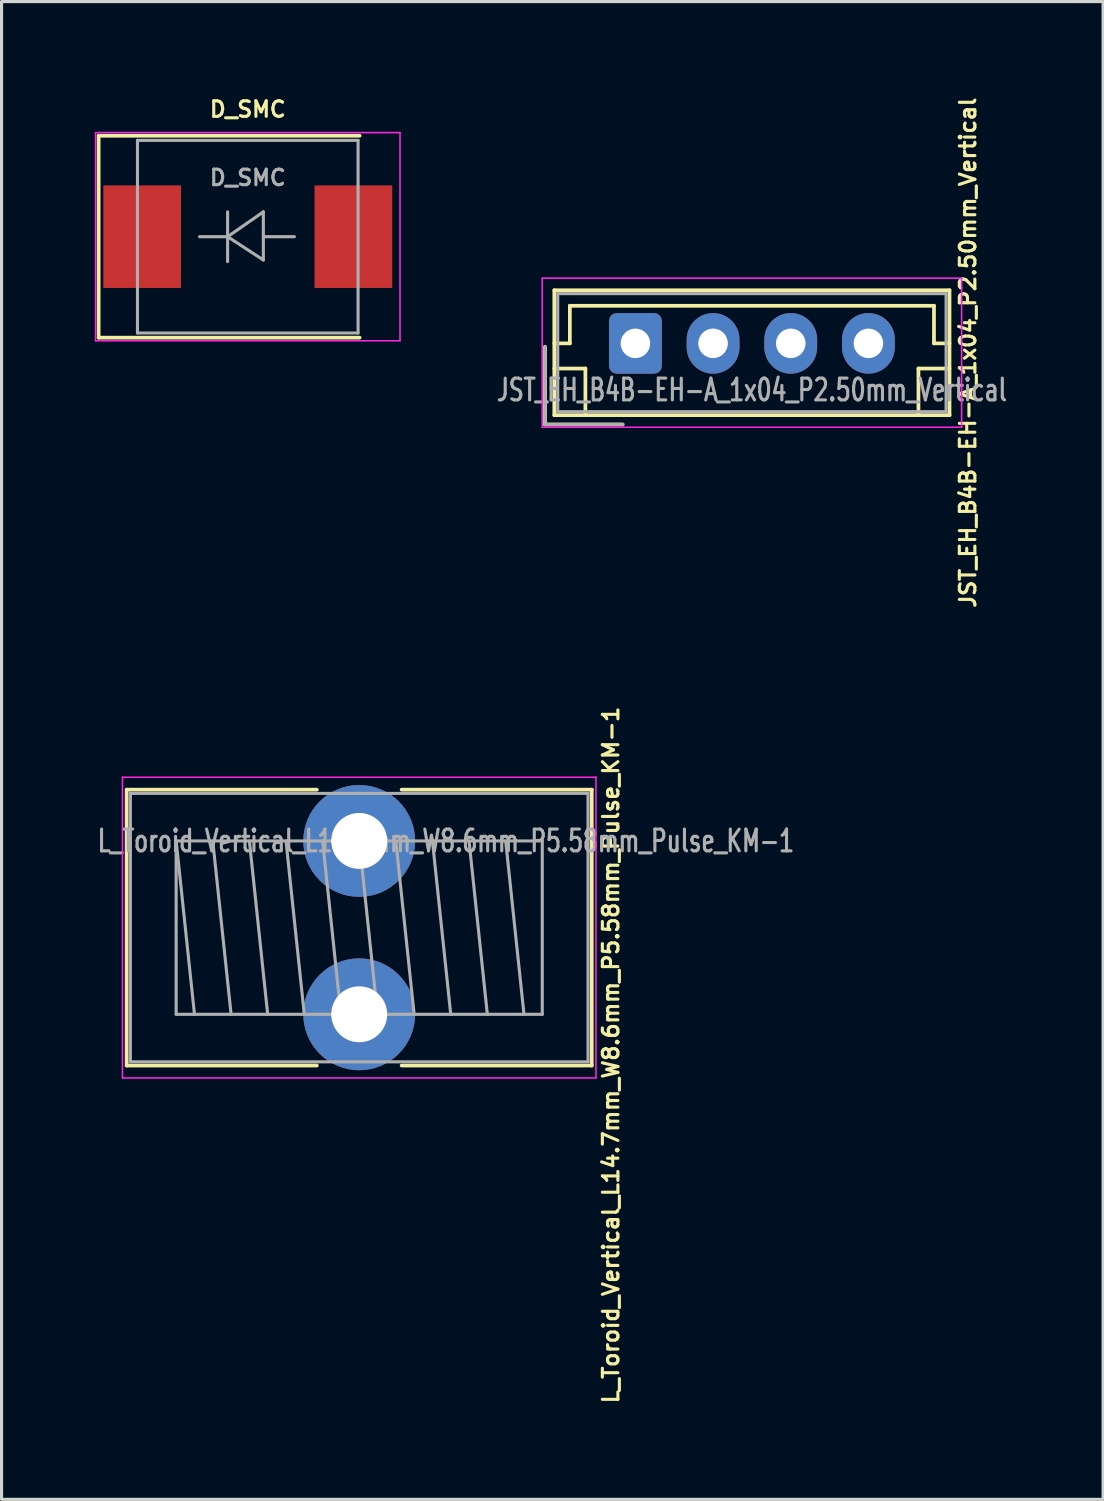
<source format=kicad_pcb>
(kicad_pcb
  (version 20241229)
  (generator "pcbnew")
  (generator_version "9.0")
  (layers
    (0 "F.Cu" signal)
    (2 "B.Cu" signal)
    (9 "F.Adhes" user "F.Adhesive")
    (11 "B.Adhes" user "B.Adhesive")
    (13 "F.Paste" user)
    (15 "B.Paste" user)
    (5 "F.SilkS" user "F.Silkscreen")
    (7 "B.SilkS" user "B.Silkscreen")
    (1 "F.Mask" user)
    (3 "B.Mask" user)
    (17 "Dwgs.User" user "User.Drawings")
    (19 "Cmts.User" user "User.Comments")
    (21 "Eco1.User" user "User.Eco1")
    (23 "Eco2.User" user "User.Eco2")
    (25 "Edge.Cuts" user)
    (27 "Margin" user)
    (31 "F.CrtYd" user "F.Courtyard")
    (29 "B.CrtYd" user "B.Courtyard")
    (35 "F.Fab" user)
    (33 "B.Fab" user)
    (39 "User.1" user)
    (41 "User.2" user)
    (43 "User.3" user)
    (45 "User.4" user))
  (footprint "D_SMC"
    (layer "F.Cu")
    (at 4.925 4.568)
    (property "Reference" "D_SMC" (at 0 -4.1 180) (layer "F.SilkS") (effects (font (size 0.5 0.5) (thickness 0.1))))
    (attr smd)
    (fp_line (start -4.8 -3.25) (end -4.8 3.25) (stroke (width 0.12) (type solid)) (layer "F.SilkS"))
    (fp_line (start 3.6 -3.25) (end -4.8 -3.25) (stroke (width 0.12) (type solid)) (layer "F.SilkS"))
    (fp_line (start 3.6 3.25) (end -4.8 3.25) (stroke (width 0.12) (type solid)) (layer "F.SilkS"))
    (fp_line (start -4.9 -3.35) (end -4.9 3.35) (stroke (width 0.05) (type solid)) (layer "F.CrtYd"))
    (fp_line (start -4.9 3.35) (end 4.9 3.35) (stroke (width 0.05) (type solid)) (layer "F.CrtYd"))
    (fp_line (start 4.9 -3.35) (end -4.9 -3.35) (stroke (width 0.05) (type solid)) (layer "F.CrtYd"))
    (fp_line (start 4.9 3.35) (end 4.9 -3.35) (stroke (width 0.05) (type solid)) (layer "F.CrtYd"))
    (fp_line (start -3.55 -3.1) (end -3.55 3.1) (stroke (width 0.1) (type solid)) (layer "F.Fab"))
    (fp_line (start -3.55 -3.1) (end 3.55 -3.1) (stroke (width 0.1) (type solid)) (layer "F.Fab"))
    (fp_line (start -3.55 3.1) (end 3.55 3.1) (stroke (width 0.1) (type solid)) (layer "F.Fab"))
    (fp_line (start -1.551 0.001) (end -0.649 0.001) (stroke (width 0.1) (type solid)) (layer "F.Fab"))
    (fp_line (start -0.649 0.801) (end -0.649 -0.799) (stroke (width 0.1) (type solid)) (layer "F.Fab"))
    (fp_line (start 0.501 -0.799) (end -0.649 0.001) (stroke (width 0.1) (type solid)) (layer "F.Fab"))
    (fp_line (start 0.501 -0.799) (end 0.501 0.75) (stroke (width 0.1) (type solid)) (layer "F.Fab"))
    (fp_line (start 0.501 0.75) (end -0.649 0.001) (stroke (width 0.1) (type solid)) (layer "F.Fab"))
    (fp_line (start 1.499 0.001) (end 0.501 0.001) (stroke (width 0.1) (type solid)) (layer "F.Fab"))
    (fp_line (start 3.55 3.1) (end 3.55 -3.1) (stroke (width 0.1) (type solid)) (layer "F.Fab"))
    (fp_text user "${REFERENCE}" (at 0 -1.9 180) (layer "F.Fab") (effects (font (size 0.5 0.5) (thickness 0.1))))
    (pad "1" smd rect (at -3.4 0 270) (size 3.3 2.5) (layers "F.Cu" "F.Mask" "F.Paste"))
    (pad "2" smd rect (at 3.4 0 270) (size 3.3 2.5) (layers "F.Cu" "F.Mask" "F.Paste")))
  (footprint "JST_EH_B4B-EH-A_1x04_P2.50mm_Vertical"
    (layer "F.Cu")
    (at 17.402 8.002)
    (property "Reference" "JST_EH_B4B-EH-A_1x04_P2.50mm_Vertical" (at 10.7 0.3 270) (layer "F.SilkS") (effects (font (size 0.5 0.5) (thickness 0.1))))
    (attr through_hole)
    (fp_line (start -2.91 0.11) (end -2.91 2.61) (stroke (width 0.12) (type solid)) (layer "F.SilkS"))
    (fp_line (start -2.91 2.61) (end -0.41 2.61) (stroke (width 0.12) (type solid)) (layer "F.SilkS"))
    (fp_line (start -2.61 -1.71) (end -2.61 2.31) (stroke (width 0.12) (type solid)) (layer "F.SilkS"))
    (fp_line (start -2.61 0) (end -2.11 0) (stroke (width 0.12) (type solid)) (layer "F.SilkS"))
    (fp_line (start -2.61 0.81) (end -1.61 0.81) (stroke (width 0.12) (type solid)) (layer "F.SilkS"))
    (fp_line (start -2.61 2.31) (end 10.11 2.31) (stroke (width 0.12) (type solid)) (layer "F.SilkS"))
    (fp_line (start -2.11 -1.21) (end 9.61 -1.21) (stroke (width 0.12) (type solid)) (layer "F.SilkS"))
    (fp_line (start -2.11 0) (end -2.11 -1.21) (stroke (width 0.12) (type solid)) (layer "F.SilkS"))
    (fp_line (start -1.61 0.81) (end -1.61 2.31) (stroke (width 0.12) (type solid)) (layer "F.SilkS"))
    (fp_line (start 9.11 0.81) (end 9.11 2.31) (stroke (width 0.12) (type solid)) (layer "F.SilkS"))
    (fp_line (start 9.61 -1.21) (end 9.61 0) (stroke (width 0.12) (type solid)) (layer "F.SilkS"))
    (fp_line (start 9.61 0) (end 10.11 0) (stroke (width 0.12) (type solid)) (layer "F.SilkS"))
    (fp_line (start 10.11 -1.71) (end -2.61 -1.71) (stroke (width 0.12) (type solid)) (layer "F.SilkS"))
    (fp_line (start 10.11 0.81) (end 9.11 0.81) (stroke (width 0.12) (type solid)) (layer "F.SilkS"))
    (fp_line (start 10.11 2.31) (end 10.11 -1.71) (stroke (width 0.12) (type solid)) (layer "F.SilkS"))
    (fp_line (start -3 -2.1) (end -3 2.7) (stroke (width 0.05) (type solid)) (layer "F.CrtYd"))
    (fp_line (start -3 2.7) (end 10.5 2.7) (stroke (width 0.05) (type solid)) (layer "F.CrtYd"))
    (fp_line (start 10.5 -2.1) (end -3 -2.1) (stroke (width 0.05) (type solid)) (layer "F.CrtYd"))
    (fp_line (start 10.5 2.7) (end 10.5 -2.1) (stroke (width 0.05) (type solid)) (layer "F.CrtYd"))
    (fp_line (start -2.91 0.11) (end -2.91 2.61) (stroke (width 0.1) (type solid)) (layer "F.Fab"))
    (fp_line (start -2.91 2.61) (end -0.41 2.61) (stroke (width 0.1) (type solid)) (layer "F.Fab"))
    (fp_line (start -2.5 -1.6) (end -2.5 2.2) (stroke (width 0.1) (type solid)) (layer "F.Fab"))
    (fp_line (start -2.5 2.2) (end 10 2.2) (stroke (width 0.1) (type solid)) (layer "F.Fab"))
    (fp_line (start 10 -1.6) (end -2.5 -1.6) (stroke (width 0.1) (type solid)) (layer "F.Fab"))
    (fp_line (start 10 2.2) (end 10 -1.6) (stroke (width 0.1) (type solid)) (layer "F.Fab"))
    (fp_text user "${REFERENCE}" (at 3.75 1.5 180) (layer "F.Fab") (effects (font (size 0.7 0.5) (thickness 0.1))))
    (pad "1" thru_hole roundrect (at 0 0) (size 1.7 1.95) (drill 0.95) (layers "*.Cu" "*.Mask") (roundrect_rratio 0.147))
    (pad "2" thru_hole oval (at 2.5 0) (size 1.7 1.95) (drill 0.95) (layers "*.Cu" "*.Mask"))
    (pad "3" thru_hole oval (at 5 0) (size 1.7 1.95) (drill 0.95) (layers "*.Cu" "*.Mask"))
    (pad "4" thru_hole oval (at 7.5 0) (size 1.7 1.95) (drill 0.95) (layers "*.Cu" "*.Mask")))
  (footprint "L_Toroid_Vertical_L14.7mm_W8.6mm_P5.58mm_Pulse_KM-1"
    (layer "F.Cu")
    (at 8.512 24.017)
    (property "Reference" "L_Toroid_Vertical_L14.7mm_W8.6mm_P5.58mm_Pulse_KM-1" (at 8.1 6.89 270) (layer "F.SilkS") (effects (font (size 0.5 0.5) (thickness 0.1))))
    (attr through_hole)
    (fp_line (start -7.485 -1.65) (end -7.485 7.23) (stroke (width 0.12) (type solid)) (layer "F.SilkS"))
    (fp_line (start -7.485 -1.65) (end -1.365 -1.65) (stroke (width 0.12) (type solid)) (layer "F.SilkS"))
    (fp_line (start -7.485 7.23) (end -1.365 7.23) (stroke (width 0.12) (type solid)) (layer "F.SilkS"))
    (fp_line (start 1.365 -1.65) (end 7.485 -1.65) (stroke (width 0.12) (type solid)) (layer "F.SilkS"))
    (fp_line (start 1.365 7.23) (end 7.485 7.23) (stroke (width 0.12) (type solid)) (layer "F.SilkS"))
    (fp_line (start 7.485 -1.65) (end 7.485 7.23) (stroke (width 0.12) (type solid)) (layer "F.SilkS"))
    (fp_line (start -7.62 -2.05) (end -7.62 7.63) (stroke (width 0.05) (type solid)) (layer "F.CrtYd"))
    (fp_line (start -7.62 7.63) (end 7.62 7.63) (stroke (width 0.05) (type solid)) (layer "F.CrtYd"))
    (fp_line (start 7.62 -2.05) (end -7.62 -2.05) (stroke (width 0.05) (type solid)) (layer "F.CrtYd"))
    (fp_line (start 7.62 7.63) (end 7.62 -2.05) (stroke (width 0.05) (type solid)) (layer "F.CrtYd"))
    (fp_line (start -7.365 -1.53) (end -7.365 7.11) (stroke (width 0.1) (type solid)) (layer "F.Fab"))
    (fp_line (start -7.365 7.11) (end 7.365 7.11) (stroke (width 0.1) (type solid)) (layer "F.Fab"))
    (fp_line (start -5.892 0) (end -5.892 5.58) (stroke (width 0.1) (type solid)) (layer "F.Fab"))
    (fp_line (start -5.892 0) (end -5.303 5.58) (stroke (width 0.1) (type solid)) (layer "F.Fab"))
    (fp_line (start -5.892 5.58) (end 5.892 5.58) (stroke (width 0.1) (type solid)) (layer "F.Fab"))
    (fp_line (start -4.714 0) (end -4.124 5.58) (stroke (width 0.1) (type solid)) (layer "F.Fab"))
    (fp_line (start -3.535 0) (end -2.946 5.58) (stroke (width 0.1) (type solid)) (layer "F.Fab"))
    (fp_line (start -2.357 0) (end -1.768 5.58) (stroke (width 0.1) (type solid)) (layer "F.Fab"))
    (fp_line (start -1.178 0) (end -0.589 5.58) (stroke (width 0.1) (type solid)) (layer "F.Fab"))
    (fp_line (start 0 0) (end 0.589 5.58) (stroke (width 0.1) (type solid)) (layer "F.Fab"))
    (fp_line (start 1.178 0) (end 1.768 5.58) (stroke (width 0.1) (type solid)) (layer "F.Fab"))
    (fp_line (start 2.357 0) (end 2.946 5.58) (stroke (width 0.1) (type solid)) (layer "F.Fab"))
    (fp_line (start 3.535 0) (end 4.124 5.58) (stroke (width 0.1) (type solid)) (layer "F.Fab"))
    (fp_line (start 4.714 0) (end 5.303 5.58) (stroke (width 0.1) (type solid)) (layer "F.Fab"))
    (fp_line (start 5.892 0) (end -5.892 0) (stroke (width 0.1) (type solid)) (layer "F.Fab"))
    (fp_line (start 5.892 5.58) (end 5.892 0) (stroke (width 0.1) (type solid)) (layer "F.Fab"))
    (fp_line (start 7.365 -1.53) (end -7.365 -1.53) (stroke (width 0.1) (type solid)) (layer "F.Fab"))
    (fp_line (start 7.365 7.11) (end 7.365 -1.53) (stroke (width 0.1) (type solid)) (layer "F.Fab"))
    (fp_text user "${REFERENCE}" (at 2.79 0 180) (layer "F.Fab") (effects (font (size 0.7 0.5) (thickness 0.1))))
    (pad "1" thru_hole circle (at 0 0) (size 3.6 3.6) (drill 1.8) (layers "*.Cu" "*.Mask"))
    (pad "2" thru_hole circle (at 0 5.58) (size 3.6 3.6) (drill 1.8) (layers "*.Cu" "*.Mask")))
  (gr_rect
    (start -3 -3)
    (end 32.455 45.21)
    (stroke (width 0.1) (type default))
    (fill no)
    (layer "Edge.Cuts")))
</source>
